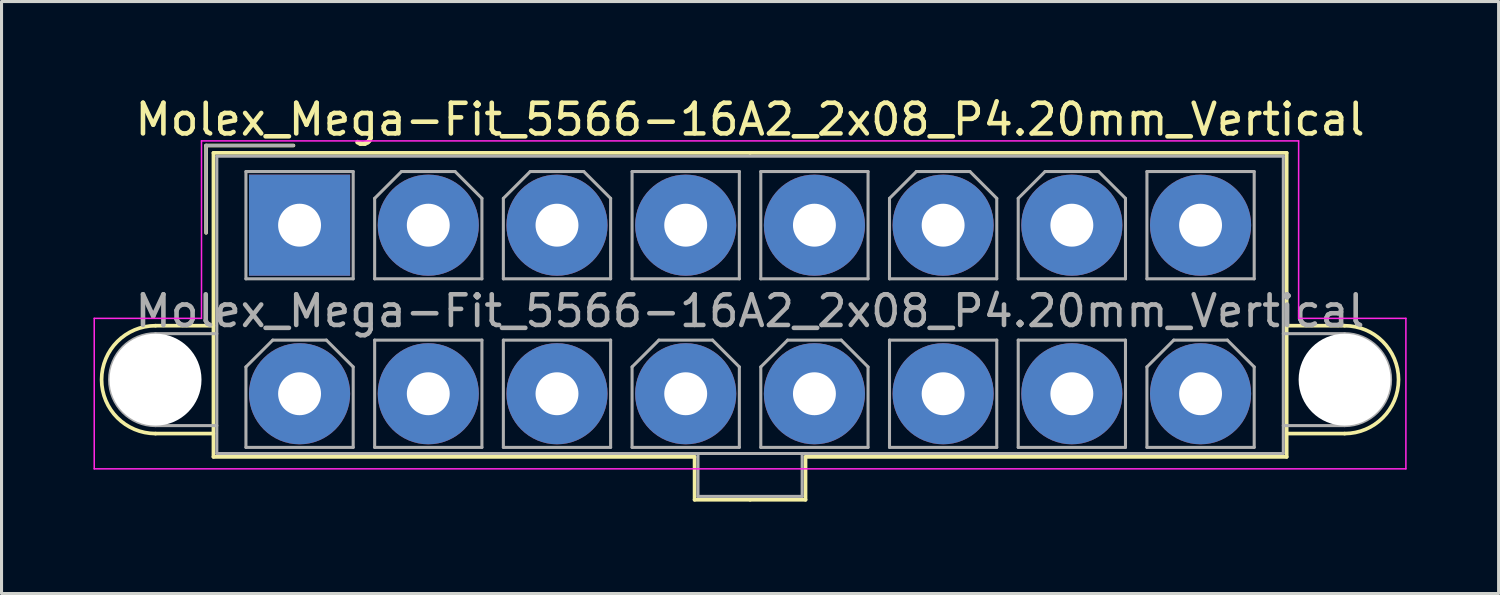
<source format=kicad_pcb>
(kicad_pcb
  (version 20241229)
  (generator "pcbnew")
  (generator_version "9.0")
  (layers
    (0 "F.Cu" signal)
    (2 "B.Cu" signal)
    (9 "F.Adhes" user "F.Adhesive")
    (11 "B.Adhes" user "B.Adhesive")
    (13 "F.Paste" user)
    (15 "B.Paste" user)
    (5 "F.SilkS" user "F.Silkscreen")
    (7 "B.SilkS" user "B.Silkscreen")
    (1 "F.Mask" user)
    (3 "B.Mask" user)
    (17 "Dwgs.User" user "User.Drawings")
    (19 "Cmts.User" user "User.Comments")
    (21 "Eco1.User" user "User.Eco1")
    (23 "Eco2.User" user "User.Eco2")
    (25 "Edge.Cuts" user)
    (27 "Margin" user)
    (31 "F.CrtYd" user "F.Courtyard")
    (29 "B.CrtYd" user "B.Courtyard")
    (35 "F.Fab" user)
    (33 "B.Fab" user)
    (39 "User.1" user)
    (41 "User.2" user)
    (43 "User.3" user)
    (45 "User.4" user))
  (footprint "Molex_Mega-Fit_5566-16A2_2x08_P4.20mm_Vertical"
    (layer "F.Cu")
    (at 6.725 4.298)
    (property "Reference" "Molex_Mega-Fit_5566-16A2_2x08_P4.20mm_Vertical" (at 14.7 -3.45 0) (layer "F.SilkS") (effects (font (size 1 1) (thickness 0.15))))
    (attr through_hole)
    (fp_line (start -4.7 3.28) (end -2.81 3.28) (stroke (width 0.12) (type solid)) (layer "F.SilkS"))
    (fp_line (start -4.7 6.8) (end -2.81 6.8) (stroke (width 0.12) (type solid)) (layer "F.SilkS"))
    (fp_line (start -3.05 -2.6) (end -3.05 0.25) (stroke (width 0.12) (type solid)) (layer "F.SilkS"))
    (fp_line (start -2.81 -2.36) (end -2.81 7.56) (stroke (width 0.12) (type solid)) (layer "F.SilkS"))
    (fp_line (start -2.81 7.56) (end 12.89 7.56) (stroke (width 0.12) (type solid)) (layer "F.SilkS"))
    (fp_line (start -0.2 -2.6) (end -3.05 -2.6) (stroke (width 0.12) (type solid)) (layer "F.SilkS"))
    (fp_line (start 12.89 7.56) (end 12.89 8.96) (stroke (width 0.12) (type solid)) (layer "F.SilkS"))
    (fp_line (start 12.89 8.96) (end 14.7 8.96) (stroke (width 0.12) (type solid)) (layer "F.SilkS"))
    (fp_line (start 14.7 -2.36) (end -2.81 -2.36) (stroke (width 0.12) (type solid)) (layer "F.SilkS"))
    (fp_line (start 14.7 -2.36) (end 32.21 -2.36) (stroke (width 0.12) (type solid)) (layer "F.SilkS"))
    (fp_line (start 16.51 7.56) (end 16.51 8.96) (stroke (width 0.12) (type solid)) (layer "F.SilkS"))
    (fp_line (start 16.51 8.96) (end 14.7 8.96) (stroke (width 0.12) (type solid)) (layer "F.SilkS"))
    (fp_line (start 32.21 -2.36) (end 32.21 7.56) (stroke (width 0.12) (type solid)) (layer "F.SilkS"))
    (fp_line (start 32.21 7.56) (end 16.51 7.56) (stroke (width 0.12) (type solid)) (layer "F.SilkS"))
    (fp_line (start 34.1 3.28) (end 32.21 3.28) (stroke (width 0.12) (type solid)) (layer "F.SilkS"))
    (fp_line (start 34.1 6.8) (end 32.21 6.8) (stroke (width 0.12) (type solid)) (layer "F.SilkS"))
    (fp_arc (start -4.7 6.8) (mid -6.46 5.04) (end -4.7 3.28) (stroke (width 0.12) (type solid)) (layer "F.SilkS"))
    (fp_arc (start 34.1 3.28) (mid 35.86 5.04) (end 34.1 6.8) (stroke (width 0.12) (type solid)) (layer "F.SilkS"))
    (fp_line (start -6.7 3.04) (end -6.7 7.95) (stroke (width 0.05) (type solid)) (layer "F.CrtYd"))
    (fp_line (start -6.7 7.95) (end 36.1 7.95) (stroke (width 0.05) (type solid)) (layer "F.CrtYd"))
    (fp_line (start -3.2 -2.75) (end -3.2 3.04) (stroke (width 0.05) (type solid)) (layer "F.CrtYd"))
    (fp_line (start -3.2 3.04) (end -6.7 3.04) (stroke (width 0.05) (type solid)) (layer "F.CrtYd"))
    (fp_line (start 32.6 -2.75) (end -3.2 -2.75) (stroke (width 0.05) (type solid)) (layer "F.CrtYd"))
    (fp_line (start 32.6 3.04) (end 32.6 -2.75) (stroke (width 0.05) (type solid)) (layer "F.CrtYd"))
    (fp_line (start 36.1 3.04) (end 32.6 3.04) (stroke (width 0.05) (type solid)) (layer "F.CrtYd"))
    (fp_line (start 36.1 7.95) (end 36.1 3.04) (stroke (width 0.05) (type solid)) (layer "F.CrtYd"))
    (fp_line (start -4.7 3.54) (end -2.7 3.54) (stroke (width 0.1) (type solid)) (layer "F.Fab"))
    (fp_line (start -4.7 6.54) (end -2.7 6.54) (stroke (width 0.1) (type solid)) (layer "F.Fab"))
    (fp_line (start -3.05 -2.6) (end -3.05 0.25) (stroke (width 0.1) (type solid)) (layer "F.Fab"))
    (fp_line (start -2.7 -2.25) (end -2.7 7.45) (stroke (width 0.1) (type solid)) (layer "F.Fab"))
    (fp_line (start -2.7 7.45) (end 32.1 7.45) (stroke (width 0.1) (type solid)) (layer "F.Fab"))
    (fp_line (start -1.75 -1.75) (end -1.75 1.75) (stroke (width 0.1) (type solid)) (layer "F.Fab"))
    (fp_line (start -1.75 1.75) (end 1.75 1.75) (stroke (width 0.1) (type solid)) (layer "F.Fab"))
    (fp_line (start -1.75 4.625) (end -0.875 3.75) (stroke (width 0.1) (type solid)) (layer "F.Fab"))
    (fp_line (start -1.75 7.25) (end -1.75 4.625) (stroke (width 0.1) (type solid)) (layer "F.Fab"))
    (fp_line (start -0.875 3.75) (end 0.875 3.75) (stroke (width 0.1) (type solid)) (layer "F.Fab"))
    (fp_line (start -0.2 -2.6) (end -3.05 -2.6) (stroke (width 0.1) (type solid)) (layer "F.Fab"))
    (fp_line (start 0.875 3.75) (end 1.75 4.625) (stroke (width 0.1) (type solid)) (layer "F.Fab"))
    (fp_line (start 1.75 -1.75) (end -1.75 -1.75) (stroke (width 0.1) (type solid)) (layer "F.Fab"))
    (fp_line (start 1.75 1.75) (end 1.75 -1.75) (stroke (width 0.1) (type solid)) (layer "F.Fab"))
    (fp_line (start 1.75 4.625) (end 1.75 7.25) (stroke (width 0.1) (type solid)) (layer "F.Fab"))
    (fp_line (start 1.75 7.25) (end -1.75 7.25) (stroke (width 0.1) (type solid)) (layer "F.Fab"))
    (fp_line (start 2.45 -0.875) (end 3.325 -1.75) (stroke (width 0.1) (type solid)) (layer "F.Fab"))
    (fp_line (start 2.45 1.75) (end 2.45 -0.875) (stroke (width 0.1) (type solid)) (layer "F.Fab"))
    (fp_line (start 2.45 3.75) (end 2.45 7.25) (stroke (width 0.1) (type solid)) (layer "F.Fab"))
    (fp_line (start 2.45 7.25) (end 5.95 7.25) (stroke (width 0.1) (type solid)) (layer "F.Fab"))
    (fp_line (start 3.325 -1.75) (end 5.075 -1.75) (stroke (width 0.1) (type solid)) (layer "F.Fab"))
    (fp_line (start 5.075 -1.75) (end 5.95 -0.875) (stroke (width 0.1) (type solid)) (layer "F.Fab"))
    (fp_line (start 5.95 -0.875) (end 5.95 1.75) (stroke (width 0.1) (type solid)) (layer "F.Fab"))
    (fp_line (start 5.95 1.75) (end 2.45 1.75) (stroke (width 0.1) (type solid)) (layer "F.Fab"))
    (fp_line (start 5.95 3.75) (end 2.45 3.75) (stroke (width 0.1) (type solid)) (layer "F.Fab"))
    (fp_line (start 5.95 7.25) (end 5.95 3.75) (stroke (width 0.1) (type solid)) (layer "F.Fab"))
    (fp_line (start 6.65 -0.875) (end 7.525 -1.75) (stroke (width 0.1) (type solid)) (layer "F.Fab"))
    (fp_line (start 6.65 1.75) (end 6.65 -0.875) (stroke (width 0.1) (type solid)) (layer "F.Fab"))
    (fp_line (start 6.65 3.75) (end 6.65 7.25) (stroke (width 0.1) (type solid)) (layer "F.Fab"))
    (fp_line (start 6.65 7.25) (end 10.15 7.25) (stroke (width 0.1) (type solid)) (layer "F.Fab"))
    (fp_line (start 7.525 -1.75) (end 9.275 -1.75) (stroke (width 0.1) (type solid)) (layer "F.Fab"))
    (fp_line (start 9.275 -1.75) (end 10.15 -0.875) (stroke (width 0.1) (type solid)) (layer "F.Fab"))
    (fp_line (start 10.15 -0.875) (end 10.15 1.75) (stroke (width 0.1) (type solid)) (layer "F.Fab"))
    (fp_line (start 10.15 1.75) (end 6.65 1.75) (stroke (width 0.1) (type solid)) (layer "F.Fab"))
    (fp_line (start 10.15 3.75) (end 6.65 3.75) (stroke (width 0.1) (type solid)) (layer "F.Fab"))
    (fp_line (start 10.15 7.25) (end 10.15 3.75) (stroke (width 0.1) (type solid)) (layer "F.Fab"))
    (fp_line (start 10.85 -1.75) (end 10.85 1.75) (stroke (width 0.1) (type solid)) (layer "F.Fab"))
    (fp_line (start 10.85 1.75) (end 14.35 1.75) (stroke (width 0.1) (type solid)) (layer "F.Fab"))
    (fp_line (start 10.85 4.625) (end 11.725 3.75) (stroke (width 0.1) (type solid)) (layer "F.Fab"))
    (fp_line (start 10.85 7.25) (end 10.85 4.625) (stroke (width 0.1) (type solid)) (layer "F.Fab"))
    (fp_line (start 11.725 3.75) (end 13.475 3.75) (stroke (width 0.1) (type solid)) (layer "F.Fab"))
    (fp_line (start 13 7.45) (end 13 8.85) (stroke (width 0.1) (type solid)) (layer "F.Fab"))
    (fp_line (start 13 8.85) (end 16.4 8.85) (stroke (width 0.1) (type solid)) (layer "F.Fab"))
    (fp_line (start 13.475 3.75) (end 14.35 4.625) (stroke (width 0.1) (type solid)) (layer "F.Fab"))
    (fp_line (start 14.35 -1.75) (end 10.85 -1.75) (stroke (width 0.1) (type solid)) (layer "F.Fab"))
    (fp_line (start 14.35 1.75) (end 14.35 -1.75) (stroke (width 0.1) (type solid)) (layer "F.Fab"))
    (fp_line (start 14.35 4.625) (end 14.35 7.25) (stroke (width 0.1) (type solid)) (layer "F.Fab"))
    (fp_line (start 14.35 7.25) (end 10.85 7.25) (stroke (width 0.1) (type solid)) (layer "F.Fab"))
    (fp_line (start 15.05 -1.75) (end 15.05 1.75) (stroke (width 0.1) (type solid)) (layer "F.Fab"))
    (fp_line (start 15.05 1.75) (end 18.55 1.75) (stroke (width 0.1) (type solid)) (layer "F.Fab"))
    (fp_line (start 15.05 4.625) (end 15.925 3.75) (stroke (width 0.1) (type solid)) (layer "F.Fab"))
    (fp_line (start 15.05 7.25) (end 15.05 4.625) (stroke (width 0.1) (type solid)) (layer "F.Fab"))
    (fp_line (start 15.925 3.75) (end 17.675 3.75) (stroke (width 0.1) (type solid)) (layer "F.Fab"))
    (fp_line (start 16.4 8.85) (end 16.4 7.45) (stroke (width 0.1) (type solid)) (layer "F.Fab"))
    (fp_line (start 17.675 3.75) (end 18.55 4.625) (stroke (width 0.1) (type solid)) (layer "F.Fab"))
    (fp_line (start 18.55 -1.75) (end 15.05 -1.75) (stroke (width 0.1) (type solid)) (layer "F.Fab"))
    (fp_line (start 18.55 1.75) (end 18.55 -1.75) (stroke (width 0.1) (type solid)) (layer "F.Fab"))
    (fp_line (start 18.55 4.625) (end 18.55 7.25) (stroke (width 0.1) (type solid)) (layer "F.Fab"))
    (fp_line (start 18.55 7.25) (end 15.05 7.25) (stroke (width 0.1) (type solid)) (layer "F.Fab"))
    (fp_line (start 19.25 -0.875) (end 20.125 -1.75) (stroke (width 0.1) (type solid)) (layer "F.Fab"))
    (fp_line (start 19.25 1.75) (end 19.25 -0.875) (stroke (width 0.1) (type solid)) (layer "F.Fab"))
    (fp_line (start 19.25 3.75) (end 19.25 7.25) (stroke (width 0.1) (type solid)) (layer "F.Fab"))
    (fp_line (start 19.25 7.25) (end 22.75 7.25) (stroke (width 0.1) (type solid)) (layer "F.Fab"))
    (fp_line (start 20.125 -1.75) (end 21.875 -1.75) (stroke (width 0.1) (type solid)) (layer "F.Fab"))
    (fp_line (start 21.875 -1.75) (end 22.75 -0.875) (stroke (width 0.1) (type solid)) (layer "F.Fab"))
    (fp_line (start 22.75 -0.875) (end 22.75 1.75) (stroke (width 0.1) (type solid)) (layer "F.Fab"))
    (fp_line (start 22.75 1.75) (end 19.25 1.75) (stroke (width 0.1) (type solid)) (layer "F.Fab"))
    (fp_line (start 22.75 3.75) (end 19.25 3.75) (stroke (width 0.1) (type solid)) (layer "F.Fab"))
    (fp_line (start 22.75 7.25) (end 22.75 3.75) (stroke (width 0.1) (type solid)) (layer "F.Fab"))
    (fp_line (start 23.45 -0.875) (end 24.325 -1.75) (stroke (width 0.1) (type solid)) (layer "F.Fab"))
    (fp_line (start 23.45 1.75) (end 23.45 -0.875) (stroke (width 0.1) (type solid)) (layer "F.Fab"))
    (fp_line (start 23.45 3.75) (end 23.45 7.25) (stroke (width 0.1) (type solid)) (layer "F.Fab"))
    (fp_line (start 23.45 7.25) (end 26.95 7.25) (stroke (width 0.1) (type solid)) (layer "F.Fab"))
    (fp_line (start 24.325 -1.75) (end 26.075 -1.75) (stroke (width 0.1) (type solid)) (layer "F.Fab"))
    (fp_line (start 26.075 -1.75) (end 26.95 -0.875) (stroke (width 0.1) (type solid)) (layer "F.Fab"))
    (fp_line (start 26.95 -0.875) (end 26.95 1.75) (stroke (width 0.1) (type solid)) (layer "F.Fab"))
    (fp_line (start 26.95 1.75) (end 23.45 1.75) (stroke (width 0.1) (type solid)) (layer "F.Fab"))
    (fp_line (start 26.95 3.75) (end 23.45 3.75) (stroke (width 0.1) (type solid)) (layer "F.Fab"))
    (fp_line (start 26.95 7.25) (end 26.95 3.75) (stroke (width 0.1) (type solid)) (layer "F.Fab"))
    (fp_line (start 27.65 -1.75) (end 27.65 1.75) (stroke (width 0.1) (type solid)) (layer "F.Fab"))
    (fp_line (start 27.65 1.75) (end 31.15 1.75) (stroke (width 0.1) (type solid)) (layer "F.Fab"))
    (fp_line (start 27.65 4.625) (end 28.525 3.75) (stroke (width 0.1) (type solid)) (layer "F.Fab"))
    (fp_line (start 27.65 7.25) (end 27.65 4.625) (stroke (width 0.1) (type solid)) (layer "F.Fab"))
    (fp_line (start 28.525 3.75) (end 30.275 3.75) (stroke (width 0.1) (type solid)) (layer "F.Fab"))
    (fp_line (start 30.275 3.75) (end 31.15 4.625) (stroke (width 0.1) (type solid)) (layer "F.Fab"))
    (fp_line (start 31.15 -1.75) (end 27.65 -1.75) (stroke (width 0.1) (type solid)) (layer "F.Fab"))
    (fp_line (start 31.15 1.75) (end 31.15 -1.75) (stroke (width 0.1) (type solid)) (layer "F.Fab"))
    (fp_line (start 31.15 4.625) (end 31.15 7.25) (stroke (width 0.1) (type solid)) (layer "F.Fab"))
    (fp_line (start 31.15 7.25) (end 27.65 7.25) (stroke (width 0.1) (type solid)) (layer "F.Fab"))
    (fp_line (start 32.1 -2.25) (end -2.7 -2.25) (stroke (width 0.1) (type solid)) (layer "F.Fab"))
    (fp_line (start 32.1 7.45) (end 32.1 -2.25) (stroke (width 0.1) (type solid)) (layer "F.Fab"))
    (fp_line (start 34.1 3.54) (end 32.1 3.54) (stroke (width 0.1) (type solid)) (layer "F.Fab"))
    (fp_line (start 34.1 6.54) (end 32.1 6.54) (stroke (width 0.1) (type solid)) (layer "F.Fab"))
    (fp_arc (start -4.7 6.54) (mid -6.2 5.04) (end -4.7 3.54) (stroke (width 0.1) (type solid)) (layer "F.Fab"))
    (fp_arc (start 34.1 3.54) (mid 35.6 5.04) (end 34.1 6.54) (stroke (width 0.1) (type solid)) (layer "F.Fab"))
    (fp_text user "${REFERENCE}" (at 14.7 2.8 0) (layer "F.Fab") (effects (font (size 1 1) (thickness 0.15))))
    (pad "" np_thru_hole circle (at -4.7 5.04) (size 3 3) (drill 3) (layers "*.Cu" "*.Mask"))
    (pad "" np_thru_hole circle (at 34.1 5.04) (size 3 3) (drill 3) (layers "*.Cu" "*.Mask"))
    (pad "1" thru_hole rect (at 0 0) (size 3.3 3.3) (drill 1.4) (layers "*.Cu" "*.Mask"))
    (pad "2" thru_hole circle (at 4.2 0) (size 3.3 3.3) (drill 1.4) (layers "*.Cu" "*.Mask"))
    (pad "3" thru_hole circle (at 8.4 0) (size 3.3 3.3) (drill 1.4) (layers "*.Cu" "*.Mask"))
    (pad "4" thru_hole circle (at 12.6 0) (size 3.3 3.3) (drill 1.4) (layers "*.Cu" "*.Mask"))
    (pad "5" thru_hole circle (at 16.8 0) (size 3.3 3.3) (drill 1.4) (layers "*.Cu" "*.Mask"))
    (pad "6" thru_hole circle (at 21 0) (size 3.3 3.3) (drill 1.4) (layers "*.Cu" "*.Mask"))
    (pad "7" thru_hole circle (at 25.2 0) (size 3.3 3.3) (drill 1.4) (layers "*.Cu" "*.Mask"))
    (pad "8" thru_hole circle (at 29.4 0) (size 3.3 3.3) (drill 1.4) (layers "*.Cu" "*.Mask"))
    (pad "9" thru_hole circle (at 0 5.5) (size 3.3 3.3) (drill 1.4) (layers "*.Cu" "*.Mask"))
    (pad "10" thru_hole circle (at 4.2 5.5) (size 3.3 3.3) (drill 1.4) (layers "*.Cu" "*.Mask"))
    (pad "11" thru_hole circle (at 8.4 5.5) (size 3.3 3.3) (drill 1.4) (layers "*.Cu" "*.Mask"))
    (pad "12" thru_hole circle (at 12.6 5.5) (size 3.3 3.3) (drill 1.4) (layers "*.Cu" "*.Mask"))
    (pad "13" thru_hole circle (at 16.8 5.5) (size 3.3 3.3) (drill 1.4) (layers "*.Cu" "*.Mask"))
    (pad "14" thru_hole circle (at 21 5.5) (size 3.3 3.3) (drill 1.4) (layers "*.Cu" "*.Mask"))
    (pad "15" thru_hole circle (at 25.2 5.5) (size 3.3 3.3) (drill 1.4) (layers "*.Cu" "*.Mask"))
    (pad "16" thru_hole circle (at 29.4 5.5) (size 3.3 3.3) (drill 1.4) (layers "*.Cu" "*.Mask")))
  (gr_rect
    (start -3 -3)
    (end 45.85 16.318)
    (stroke (width 0.1) (type default))
    (fill no)
    (layer "Edge.Cuts")))
</source>
